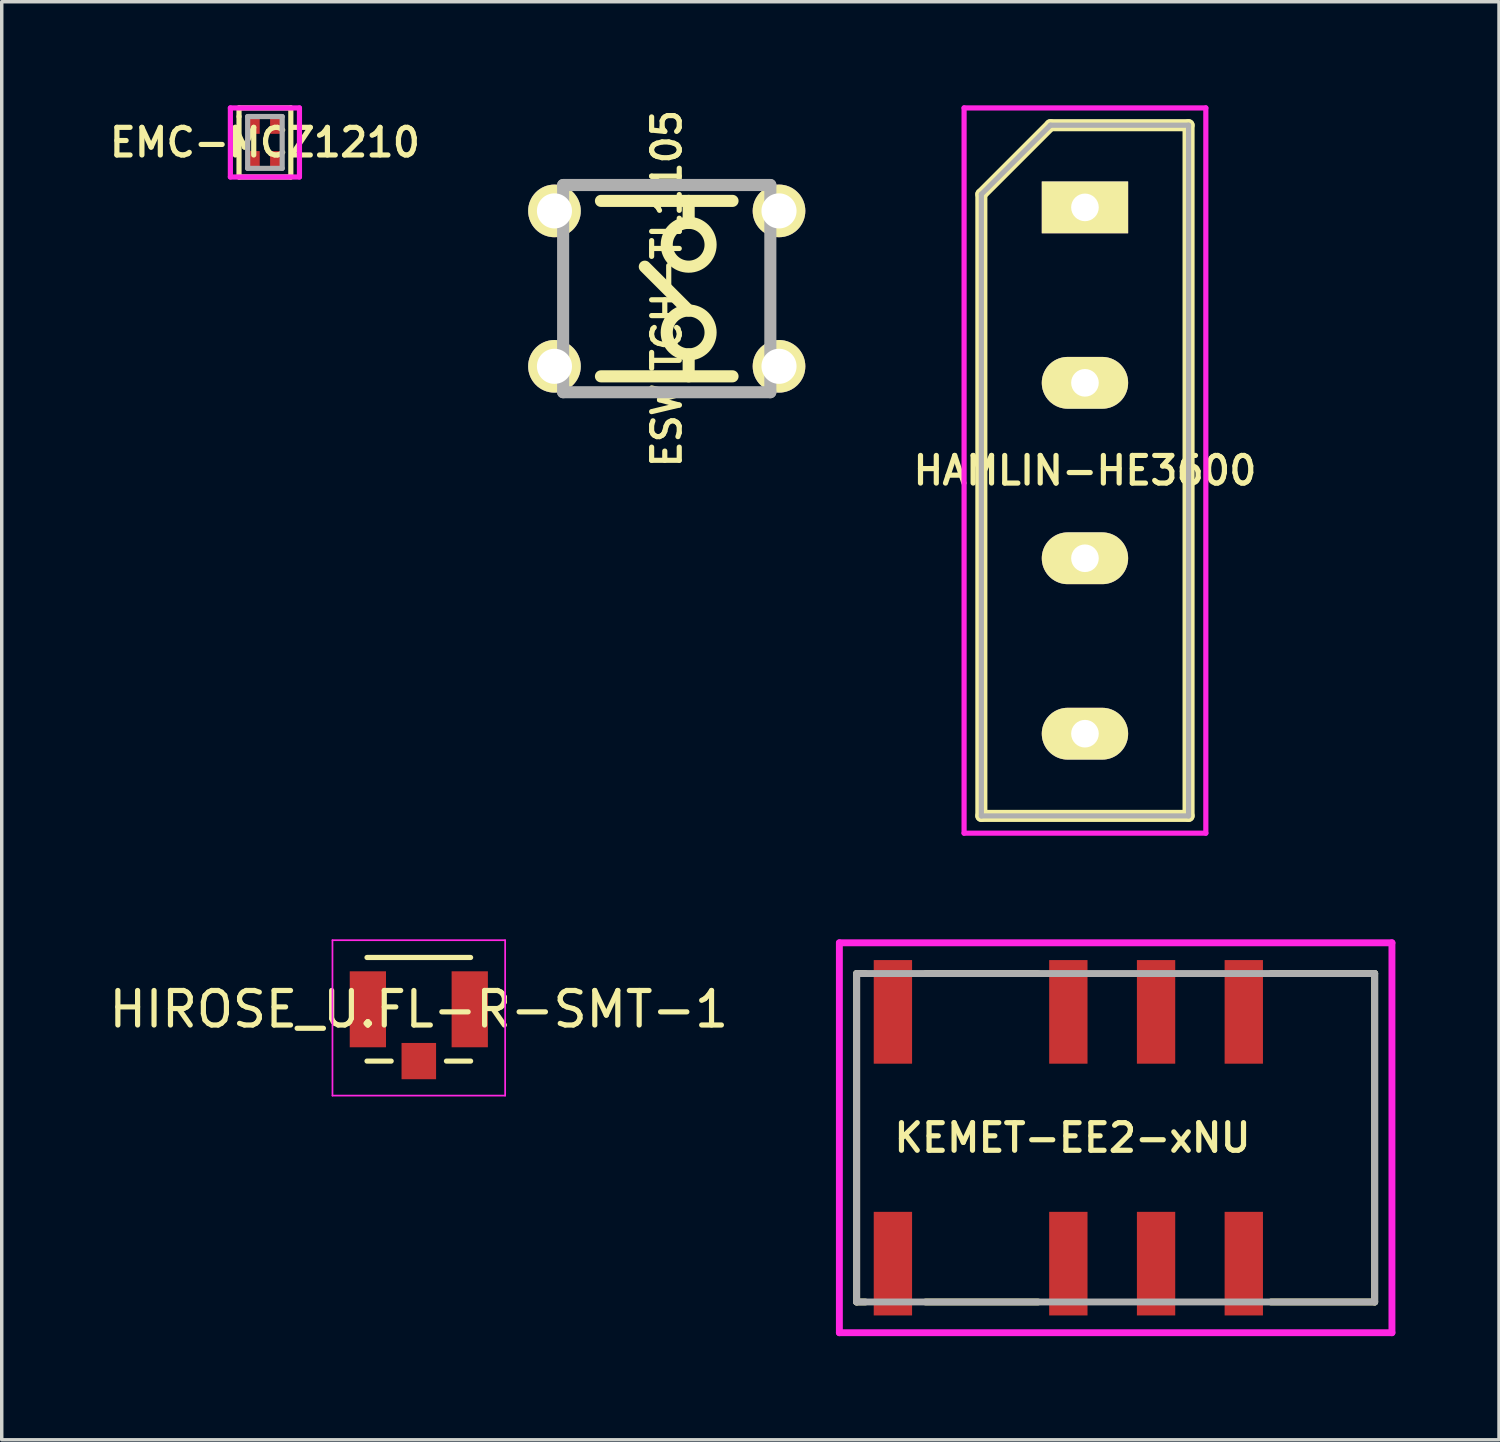
<source format=kicad_pcb>
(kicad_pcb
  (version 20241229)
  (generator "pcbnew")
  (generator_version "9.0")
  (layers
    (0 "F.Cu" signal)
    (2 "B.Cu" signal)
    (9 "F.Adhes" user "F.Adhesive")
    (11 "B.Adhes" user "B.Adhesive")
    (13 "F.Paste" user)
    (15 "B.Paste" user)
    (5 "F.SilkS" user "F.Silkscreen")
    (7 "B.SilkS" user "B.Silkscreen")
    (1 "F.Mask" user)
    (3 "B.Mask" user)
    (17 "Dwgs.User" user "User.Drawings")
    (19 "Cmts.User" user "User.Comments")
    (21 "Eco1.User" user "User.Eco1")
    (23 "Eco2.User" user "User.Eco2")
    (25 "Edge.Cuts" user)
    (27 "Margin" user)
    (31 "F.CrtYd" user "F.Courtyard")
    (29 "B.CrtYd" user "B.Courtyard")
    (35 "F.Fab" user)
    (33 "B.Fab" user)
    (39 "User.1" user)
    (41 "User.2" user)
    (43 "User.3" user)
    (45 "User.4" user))
  (footprint "HIROSE_U.FL-R-SMT-1"
    (layer "F.Cu")
    (at 9.077 26.175)
    (property "Reference" "HIROSE_U.FL-R-SMT-1" (at 0 0 0) (layer "F.SilkS") (effects (font (size 1 1) (thickness 0.15))))
    (attr through_hole)
    (fp_line (start -1.5 -1.5) (end 1.5 -1.5) (stroke (width 0.15) (type solid)) (layer "F.SilkS"))
    (fp_line (start -1.5 1.5) (end -0.8 1.5) (stroke (width 0.15) (type solid)) (layer "F.SilkS"))
    (fp_line (start 0.8 1.5) (end 1.5 1.5) (stroke (width 0.15) (type solid)) (layer "F.SilkS"))
    (fp_line (start -2.5 -2) (end 2.5 -2) (stroke (width 0.05) (type solid)) (layer "F.CrtYd"))
    (fp_line (start -2.5 2.5) (end -2.5 -2) (stroke (width 0.05) (type solid)) (layer "F.CrtYd"))
    (fp_line (start 2.5 -2) (end 2.5 2.5) (stroke (width 0.05) (type solid)) (layer "F.CrtYd"))
    (fp_line (start 2.5 2.5) (end -2.5 2.5) (stroke (width 0.05) (type solid)) (layer "F.CrtYd"))
    (pad "1" smd rect (at -1.475 0) (size 1.05 2.2) (layers "F.Cu" "F.Mask" "F.Paste"))
    (pad "1" smd rect (at 1.475 0) (size 1.05 2.2) (layers "F.Cu" "F.Mask" "F.Paste"))
    (pad "2" smd rect (at 0 1.5) (size 1 1.05) (layers "F.Cu" "F.Mask" "F.Paste")))
  (footprint "KEMET-EE2-xNU"
    (layer "F.Cu")
    (at 27.885 29.895)
    (property "Reference" "KEMET-EE2-xNU" (at 0.12 0 0) (layer "F.SilkS") (effects (font (size 0.8 0.8) (thickness 0.15))))
    (attr smd)
    (fp_line (start -6.13 -4.755) (end -6.13 4.755) (stroke (width 0.2) (type solid)) (layer "F.SilkS"))
    (fp_line (start -6.13 4.755) (end -5.88 4.755) (stroke (width 0.2) (type solid)) (layer "F.SilkS"))
    (fp_line (start -5.88 -4.755) (end -6.13 -4.755) (stroke (width 0.2) (type solid)) (layer "F.SilkS"))
    (fp_line (start -4.13 4.755) (end -0.88 4.755) (stroke (width 0.2) (type solid)) (layer "F.SilkS"))
    (fp_line (start -0.88 -4.755) (end -4.13 -4.755) (stroke (width 0.2) (type solid)) (layer "F.SilkS"))
    (fp_line (start 5.87 4.755) (end 8.87 4.755) (stroke (width 0.2) (type solid)) (layer "F.SilkS"))
    (fp_line (start 8.87 -4.755) (end 5.87 -4.755) (stroke (width 0.2) (type solid)) (layer "F.SilkS"))
    (fp_line (start 8.87 4.755) (end 8.87 -4.755) (stroke (width 0.2) (type solid)) (layer "F.SilkS"))
    (fp_line (start -6.63 -5.645) (end 9.37 -5.645) (stroke (width 0.2) (type solid)) (layer "F.CrtYd"))
    (fp_line (start -6.63 5.645) (end -6.63 -5.645) (stroke (width 0.2) (type solid)) (layer "F.CrtYd"))
    (fp_line (start 9.37 -5.645) (end 9.37 5.645) (stroke (width 0.2) (type solid)) (layer "F.CrtYd"))
    (fp_line (start 9.37 5.645) (end -6.63 5.645) (stroke (width 0.2) (type solid)) (layer "F.CrtYd"))
    (fp_line (start -6.13 -4.755) (end 8.87 -4.755) (stroke (width 0.2) (type solid)) (layer "F.Fab"))
    (fp_line (start -6.13 4.755) (end -6.13 -4.755) (stroke (width 0.2) (type solid)) (layer "F.Fab"))
    (fp_line (start 8.87 -4.755) (end 8.87 4.755) (stroke (width 0.2) (type solid)) (layer "F.Fab"))
    (fp_line (start 8.87 4.755) (end -6.13 4.755) (stroke (width 0.2) (type solid)) (layer "F.Fab"))
    (pad "C1" smd rect (at -5.08 3.645) (size 1.11 3) (layers "F.Cu" "F.Mask" "F.Paste"))
    (pad "C2" smd rect (at -5.08 -3.645) (size 1.11 3) (layers "F.Cu" "F.Mask" "F.Paste"))
    (pad "P1A" smd rect (at 0 3.645) (size 1.11 3) (layers "F.Cu" "F.Mask" "F.Paste"))
    (pad "P1B" smd rect (at 5.08 3.645) (size 1.11 3) (layers "F.Cu" "F.Mask" "F.Paste"))
    (pad "P1CO" smd rect (at 2.54 3.645) (size 1.11 3) (layers "F.Cu" "F.Mask" "F.Paste"))
    (pad "P2A" smd rect (at 0 -3.645) (size 1.11 3) (layers "F.Cu" "F.Mask" "F.Paste"))
    (pad "P2B" smd rect (at 5.08 -3.645) (size 1.11 3) (layers "F.Cu" "F.Mask" "F.Paste"))
    (pad "P2CO" smd rect (at 2.54 -3.645) (size 1.11 3) (layers "F.Cu" "F.Mask" "F.Paste")))
  (footprint "HAMLIN-HE3600"
    (layer "F.Cu")
    (at 28.366 10.575)
    (property "Reference" "HAMLIN-HE3600" (at 0 0 0) (layer "F.SilkS") (effects (font (size 0.8 0.8) (thickness 0.15))))
    (attr through_hole)
    (fp_line (start -3 -8) (end -3 10) (stroke (width 0.35) (type solid)) (layer "F.SilkS"))
    (fp_line (start -1 -10) (end -3 -8) (stroke (width 0.35) (type solid)) (layer "F.SilkS"))
    (fp_line (start -1 -10) (end 3 -10) (stroke (width 0.35) (type solid)) (layer "F.SilkS"))
    (fp_line (start 3 -10) (end 3 10) (stroke (width 0.35) (type solid)) (layer "F.SilkS"))
    (fp_line (start 3 10) (end -3 10) (stroke (width 0.35) (type solid)) (layer "F.SilkS"))
    (fp_line (start -3.5 -10.5) (end 3.5 -10.5) (stroke (width 0.15) (type solid)) (layer "F.CrtYd"))
    (fp_line (start -3.5 10.5) (end -3.5 -10.5) (stroke (width 0.15) (type solid)) (layer "F.CrtYd"))
    (fp_line (start 3.5 -10.5) (end 3.5 10.5) (stroke (width 0.15) (type solid)) (layer "F.CrtYd"))
    (fp_line (start 3.5 10.5) (end -3.5 10.5) (stroke (width 0.15) (type solid)) (layer "F.CrtYd"))
    (fp_line (start -3 -8) (end -1 -10) (stroke (width 0.15) (type solid)) (layer "F.Fab"))
    (fp_line (start -3 10) (end -3 -8) (stroke (width 0.15) (type solid)) (layer "F.Fab"))
    (fp_line (start -1 -10) (end 3 -10) (stroke (width 0.15) (type solid)) (layer "F.Fab"))
    (fp_line (start 3 -10) (end 3 10) (stroke (width 0.15) (type solid)) (layer "F.Fab"))
    (fp_line (start 3 10) (end -3 10) (stroke (width 0.15) (type solid)) (layer "F.Fab"))
    (pad "1" thru_hole rect (at 0 -7.62) (size 2.5 1.5) (drill 0.8) (layers "*.Cu" "*.Mask" "F.SilkS"))
    (pad "2" thru_hole oval (at 0 -2.54) (size 2.5 1.5) (drill 0.8) (layers "*.Cu" "*.Mask" "F.SilkS"))
    (pad "3" thru_hole oval (at 0 2.54) (size 2.5 1.5) (drill 0.8) (layers "*.Cu" "*.Mask" "F.SilkS"))
    (pad "4" thru_hole oval (at 0 7.62) (size 2.5 1.5) (drill 0.8) (layers "*.Cu" "*.Mask" "F.SilkS")))
  (footprint "ESWITCH-TL1105"
    (layer "F.Cu")
    (at 16.256 5.307)
    (property "Reference" "ESWITCH-TL1105" (at 0 0 90) (layer "F.SilkS") (effects (font (size 0.8 0.8) (thickness 0.15))))
    (attr through_hole)
    (fp_line (start -1.905 -2.54) (end 1.905 -2.54) (stroke (width 0.35) (type solid)) (layer "F.SilkS"))
    (fp_line (start -1.905 2.54) (end 1.905 2.54) (stroke (width 0.35) (type solid)) (layer "F.SilkS"))
    (fp_line (start 0.635 -1.905) (end 0.635 -2.54) (stroke (width 0.35) (type solid)) (layer "F.SilkS"))
    (fp_line (start 0.635 0.635) (end -0.635 -0.635) (stroke (width 0.35) (type solid)) (layer "F.SilkS"))
    (fp_line (start 0.635 1.905) (end 0.635 2.54) (stroke (width 0.35) (type solid)) (layer "F.SilkS"))
    (fp_circle (center 0.635 -1.27) (end 0.635 -0.635) (stroke (width 0.35) (type solid)) (fill no) (layer "F.SilkS"))
    (fp_circle (center 0.635 1.27) (end 0.635 0.635) (stroke (width 0.35) (type solid)) (fill no) (layer "F.SilkS"))
    (fp_line (start -3 -3) (end 3 -3) (stroke (width 0.35) (type solid)) (layer "F.Fab"))
    (fp_line (start -3 3) (end -3 -3) (stroke (width 0.35) (type solid)) (layer "F.Fab"))
    (fp_line (start 3 -3) (end 3 3) (stroke (width 0.35) (type solid)) (layer "F.Fab"))
    (fp_line (start 3 3) (end -3 3) (stroke (width 0.35) (type solid)) (layer "F.Fab"))
    (pad "1" thru_hole circle (at -3.251 2.25 90) (size 1.524 1.524) (drill 1.016) (layers "*.Cu" "*.Mask" "F.SilkS"))
    (pad "2" thru_hole circle (at 3.251 2.25 90) (size 1.524 1.524) (drill 1.016) (layers "*.Cu" "*.Mask" "F.SilkS"))
    (pad "3" thru_hole circle (at -3.251 -2.25 90) (size 1.524 1.524) (drill 1.016) (layers "*.Cu" "*.Mask" "F.SilkS"))
    (pad "4" thru_hole circle (at 3.251 -2.25 90) (size 1.524 1.524) (drill 1.016) (layers "*.Cu" "*.Mask" "F.SilkS")))
  (footprint "EMC-MCZ1210"
    (layer "F.Cu")
    (at 4.621 1.075)
    (property "Reference" "EMC-MCZ1210" (at 0 0 0) (layer "F.SilkS") (effects (font (size 0.8 0.8) (thickness 0.15))))
    (attr smd)
    (fp_line (start -0.75 -1) (end 0.75 -1) (stroke (width 0.15) (type solid)) (layer "F.SilkS"))
    (fp_line (start -0.75 -0.75) (end -0.75 -1) (stroke (width 0.15) (type solid)) (layer "F.SilkS"))
    (fp_line (start -0.75 1) (end -0.75 -0.75) (stroke (width 0.15) (type solid)) (layer "F.SilkS"))
    (fp_line (start 0.75 -1) (end 0.75 1) (stroke (width 0.15) (type solid)) (layer "F.SilkS"))
    (fp_line (start 0.75 1) (end -0.75 1) (stroke (width 0.15) (type solid)) (layer "F.SilkS"))
    (fp_line (start -1 -1) (end 1 -1) (stroke (width 0.15) (type solid)) (layer "F.CrtYd"))
    (fp_line (start -1 1) (end -1 -1) (stroke (width 0.15) (type solid)) (layer "F.CrtYd"))
    (fp_line (start 1 -1) (end 1 1) (stroke (width 0.15) (type solid)) (layer "F.CrtYd"))
    (fp_line (start 1 1) (end -1 1) (stroke (width 0.15) (type solid)) (layer "F.CrtYd"))
    (fp_line (start -0.5 -0.75) (end 0.5 -0.75) (stroke (width 0.15) (type solid)) (layer "F.Fab"))
    (fp_line (start -0.5 0.75) (end -0.5 -0.75) (stroke (width 0.15) (type solid)) (layer "F.Fab"))
    (fp_line (start 0.5 -0.75) (end 0.5 0.75) (stroke (width 0.15) (type solid)) (layer "F.Fab"))
    (fp_line (start 0.5 0.75) (end -0.5 0.75) (stroke (width 0.15) (type solid)) (layer "F.Fab"))
    (pad "1" smd rect (at -0.35 -0.5) (size 0.4 0.5) (layers "F.Cu" "F.Mask" "F.Paste"))
    (pad "2" smd rect (at -0.35 0.5) (size 0.4 0.5) (layers "F.Cu" "F.Mask" "F.Paste"))
    (pad "3" smd rect (at 0.35 -0.5) (size 0.4 0.5) (layers "F.Cu" "F.Mask" "F.Paste"))
    (pad "4" smd rect (at 0.35 0.5) (size 0.4 0.5) (layers "F.Cu" "F.Mask" "F.Paste")))
  (gr_rect
    (start -3 -3)
    (end 40.355 38.64)
    (stroke (width 0.1) (type default))
    (fill no)
    (layer "Edge.Cuts")))
</source>
